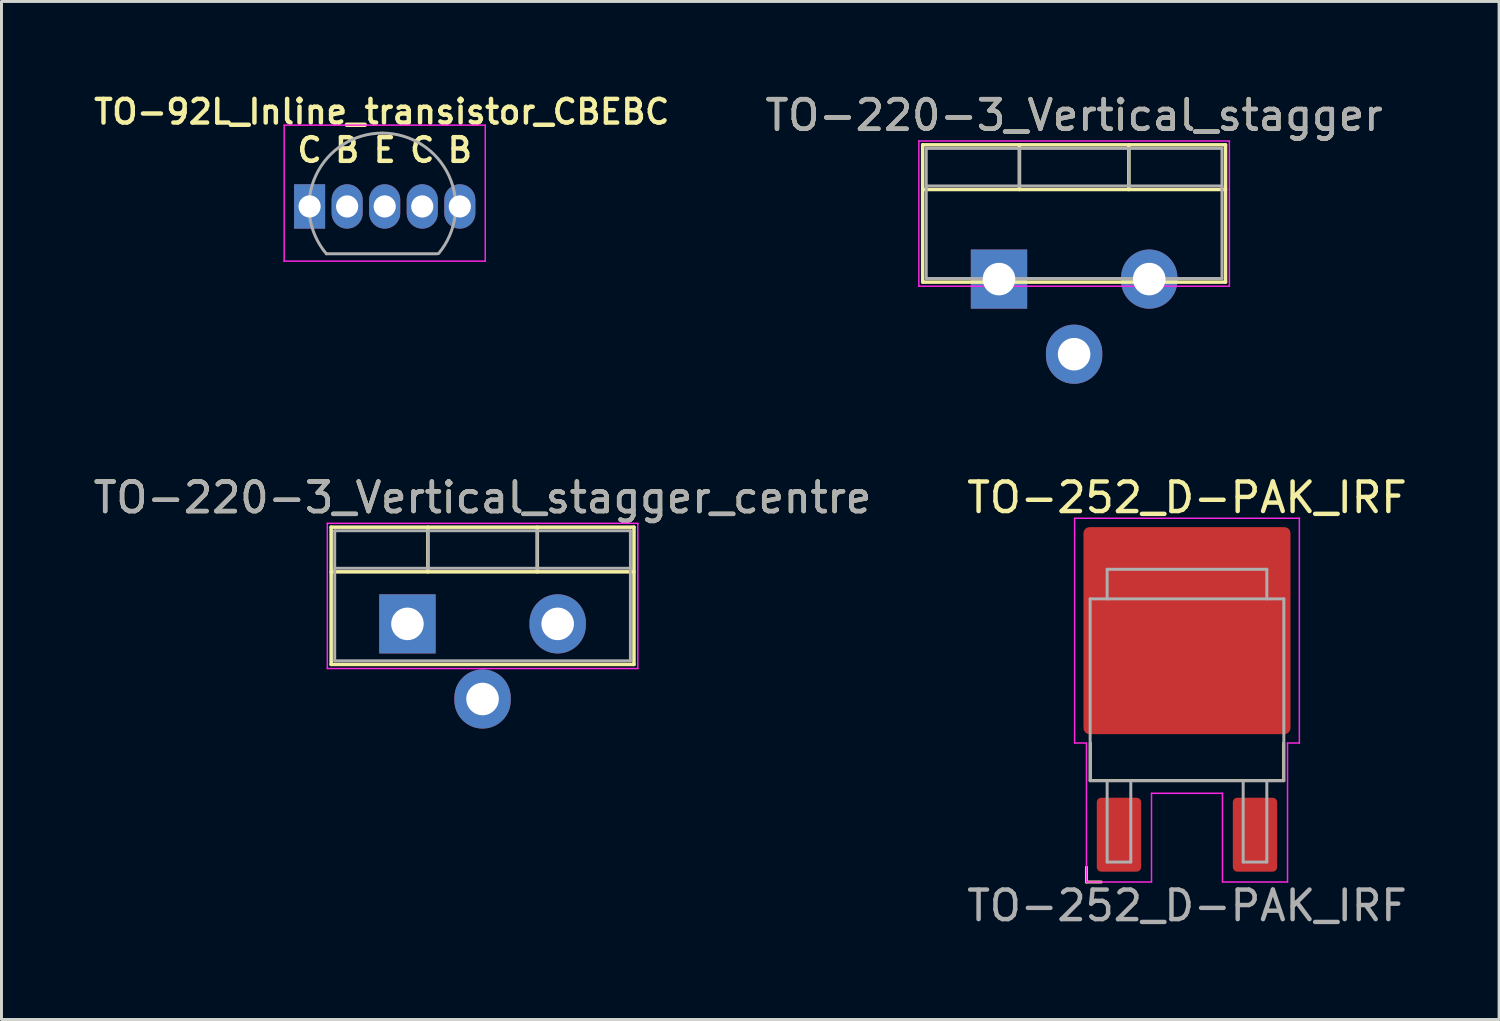
<source format=kicad_pcb>
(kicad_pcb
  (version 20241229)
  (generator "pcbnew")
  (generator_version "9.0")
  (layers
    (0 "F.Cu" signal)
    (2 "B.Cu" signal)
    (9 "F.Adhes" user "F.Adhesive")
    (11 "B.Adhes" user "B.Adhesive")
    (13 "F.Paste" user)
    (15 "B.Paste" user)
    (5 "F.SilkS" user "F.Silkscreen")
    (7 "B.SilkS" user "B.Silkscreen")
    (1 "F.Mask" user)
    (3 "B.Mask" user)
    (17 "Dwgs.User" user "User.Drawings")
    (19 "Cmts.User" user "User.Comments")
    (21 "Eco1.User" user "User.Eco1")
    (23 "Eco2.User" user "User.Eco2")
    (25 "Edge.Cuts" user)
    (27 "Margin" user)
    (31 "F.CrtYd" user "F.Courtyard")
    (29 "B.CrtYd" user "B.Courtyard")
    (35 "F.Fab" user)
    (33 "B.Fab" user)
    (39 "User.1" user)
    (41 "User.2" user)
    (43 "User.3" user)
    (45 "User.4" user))
  (footprint "TO-220-3_Vertical_stagger"
    (layer "F.Cu")
    (at 33.272 5.118)
    (property "Reference" "TO-220-3_Vertical_stagger" (at 0 -4.27 0) (layer "F.SilkS") (effects (font (size 1 1) (thickness 0.15))))
    (attr through_hole)
    (fp_line (start -5.12 -3.27) (end -5.12 1.371) (stroke (width 0.12) (type solid)) (layer "F.SilkS"))
    (fp_line (start -5.12 -3.27) (end 5.12 -3.27) (stroke (width 0.12) (type solid)) (layer "F.SilkS"))
    (fp_line (start -5.12 -1.76) (end 5.12 -1.76) (stroke (width 0.12) (type solid)) (layer "F.SilkS"))
    (fp_line (start -5.12 1.371) (end 5.12 1.371) (stroke (width 0.12) (type solid)) (layer "F.SilkS"))
    (fp_line (start -1.85 -3.27) (end -1.85 -1.76) (stroke (width 0.12) (type solid)) (layer "F.SilkS"))
    (fp_line (start 1.851 -3.27) (end 1.851 -1.76) (stroke (width 0.12) (type solid)) (layer "F.SilkS"))
    (fp_line (start 5.12 -3.27) (end 5.12 1.371) (stroke (width 0.12) (type solid)) (layer "F.SilkS"))
    (fp_line (start -5.25 -3.4) (end -5.25 1.51) (stroke (width 0.05) (type solid)) (layer "F.CrtYd"))
    (fp_line (start -5.25 1.51) (end 5.25 1.51) (stroke (width 0.05) (type solid)) (layer "F.CrtYd"))
    (fp_line (start 5.25 -3.4) (end -5.25 -3.4) (stroke (width 0.05) (type solid)) (layer "F.CrtYd"))
    (fp_line (start 5.25 1.51) (end 5.25 -3.4) (stroke (width 0.05) (type solid)) (layer "F.CrtYd"))
    (fp_line (start -5 -3.15) (end -5 1.25) (stroke (width 0.1) (type solid)) (layer "F.Fab"))
    (fp_line (start -5 -1.88) (end 5 -1.88) (stroke (width 0.1) (type solid)) (layer "F.Fab"))
    (fp_line (start -5 1.25) (end 5 1.25) (stroke (width 0.1) (type solid)) (layer "F.Fab"))
    (fp_line (start -1.85 -3.15) (end -1.85 -1.88) (stroke (width 0.1) (type solid)) (layer "F.Fab"))
    (fp_line (start 1.85 -3.15) (end 1.85 -1.88) (stroke (width 0.1) (type solid)) (layer "F.Fab"))
    (fp_line (start 5 -3.15) (end -5 -3.15) (stroke (width 0.1) (type solid)) (layer "F.Fab"))
    (fp_line (start 5 1.25) (end 5 -3.15) (stroke (width 0.1) (type solid)) (layer "F.Fab"))
    (fp_text user "${REFERENCE}" (at 0 -4.27 0) (layer "F.Fab") (effects (font (size 1 1) (thickness 0.15))))
    (pad "1" thru_hole rect (at -2.54 1.27) (size 1.905 2) (drill 1.1) (layers "*.Cu" "*.Mask"))
    (pad "2" thru_hole oval (at 0 3.81) (size 1.905 2) (drill 1.1) (layers "*.Cu" "*.Mask"))
    (pad "3" thru_hole oval (at 2.54 1.27) (size 1.905 2) (drill 1.1) (layers "*.Cu" "*.Mask")))
  (footprint "TO-92L_Inline_transistor_CBEBC"
    (layer "F.Cu")
    (at 9.959 3.931)
    (property "Reference" "TO-92L_Inline_transistor_CBEBC" (at -0.1 -3.2 0) (layer "F.SilkS") (effects (font (size 0.8 0.8) (thickness 0.15))))
    (attr through_hole)
    (fp_line (start -3.4 -2.75) (end -3.4 1.85) (stroke (width 0.05) (type solid)) (layer "F.CrtYd"))
    (fp_line (start -3.4 -2.75) (end 3.4 -2.75) (stroke (width 0.05) (type solid)) (layer "F.CrtYd"))
    (fp_line (start 3.4 1.85) (end -3.4 1.85) (stroke (width 0.05) (type solid)) (layer "F.CrtYd"))
    (fp_line (start 3.4 1.85) (end 3.4 -2.75) (stroke (width 0.05) (type solid)) (layer "F.CrtYd"))
    (fp_line (start -1.97 1.6) (end 1.78 1.6) (stroke (width 0.1) (type solid)) (layer "F.Fab"))
    (fp_arc (start -1.972818 1.602385) (mid -2.329924 -1.043188) (end -0.08 -2.48) (stroke (width 0.1) (type solid)) (layer "F.Fab"))
    (fp_arc (start -0.08 -2.48) (mid 2.167211 -1.049019) (end 1.821103 1.592547) (stroke (width 0.1) (type solid)) (layer "F.Fab"))
    (fp_text user "E" (at 0 -1.905 0) (unlocked yes) (layer "F.SilkS") (effects (font (size 0.8 0.8) (thickness 0.15) (bold yes))))
    (fp_text user "C" (at 1.27 -1.905 0) (unlocked yes) (layer "F.SilkS") (effects (font (size 0.8 0.8) (thickness 0.15) (bold yes))))
    (fp_text user "C" (at -2.54 -1.905 0) (unlocked yes) (layer "F.SilkS") (effects (font (size 0.8 0.8) (thickness 0.15) (bold yes))))
    (fp_text user "B" (at -1.27 -1.905 0) (unlocked yes) (layer "F.SilkS") (effects (font (size 0.8 0.8) (thickness 0.15) (bold yes))))
    (fp_text user "B" (at 2.54 -1.905 0) (unlocked yes) (layer "F.SilkS") (effects (font (size 0.8 0.8) (thickness 0.15) (bold yes))))
    (pad "1" thru_hole rect (at -2.54 0) (size 1.05 1.5) (drill 0.75) (layers "*.Cu" "*.Mask"))
    (pad "1" thru_hole oval (at 1.27 0) (size 1.05 1.5) (drill 0.75) (layers "*.Cu" "*.Mask"))
    (pad "2" thru_hole oval (at -1.27 0) (size 1.05 1.5) (drill 0.75) (layers "*.Cu" "*.Mask"))
    (pad "2" thru_hole oval (at 2.54 0) (size 1.05 1.5) (drill 0.75) (layers "*.Cu" "*.Mask"))
    (pad "3" thru_hole oval (at 0 0) (size 1.05 1.5) (drill 0.75) (layers "*.Cu" "*.Mask")))
  (footprint "TO-252_D-PAK_IRF"
    (layer "F.Cu")
    (at 37.089 18.276)
    (property "Reference" "TO-252_D-PAK_IRF" (at 0 -4.5 0) (unlocked yes) (layer "F.SilkS") (effects (font (size 1 1) (thickness 0.15))))
    (attr smd)
    (fp_line (start -3.4 8) (end -3.4 8.5) (stroke (width 0.1) (type default)) (layer "F.SilkS"))
    (fp_line (start -3.4 8.5) (end -2.9 8.5) (stroke (width 0.1) (type default)) (layer "F.SilkS"))
    (fp_line (start -3.27 5.07) (end -3.27 3.8) (stroke (width 0.1) (type default)) (layer "F.SilkS"))
    (fp_line (start 3.27 5.07) (end -3.27 5.07) (stroke (width 0.1) (type default)) (layer "F.SilkS"))
    (fp_line (start 3.27 5.07) (end 3.27 3.8) (stroke (width 0.1) (type default)) (layer "F.SilkS"))
    (fp_line (start -3.8 -3.8) (end -3.8 3.8) (stroke (width 0.05) (type default)) (layer "F.CrtYd"))
    (fp_line (start -3.8 3.8) (end -3.4 3.8) (stroke (width 0.05) (type default)) (layer "F.CrtYd"))
    (fp_line (start -3.4 3.8) (end -3.4 8.5) (stroke (width 0.05) (type default)) (layer "F.CrtYd"))
    (fp_line (start -3.4 8.5) (end -1.2 8.5) (stroke (width 0.05) (type default)) (layer "F.CrtYd"))
    (fp_line (start -1.2 5.5) (end 1.2 5.5) (stroke (width 0.05) (type default)) (layer "F.CrtYd"))
    (fp_line (start -1.2 8.5) (end -1.2 5.5) (stroke (width 0.05) (type default)) (layer "F.CrtYd"))
    (fp_line (start 1.2 5.5) (end 1.2 8.5) (stroke (width 0.05) (type default)) (layer "F.CrtYd"))
    (fp_line (start 1.2 8.5) (end 3.4 8.5) (stroke (width 0.05) (type default)) (layer "F.CrtYd"))
    (fp_line (start 3.4 3.8) (end 3.8 3.8) (stroke (width 0.05) (type default)) (layer "F.CrtYd"))
    (fp_line (start 3.4 8.5) (end 3.4 3.8) (stroke (width 0.05) (type default)) (layer "F.CrtYd"))
    (fp_line (start 3.8 -3.8) (end -3.8 -3.8) (stroke (width 0.05) (type default)) (layer "F.CrtYd"))
    (fp_line (start 3.8 3.8) (end 3.8 -3.8) (stroke (width 0.05) (type default)) (layer "F.CrtYd"))
    (fp_line (start -3.275 -1.075) (end -3.275 5.075) (stroke (width 0.1) (type default)) (layer "F.Fab"))
    (fp_line (start -3.275 5.075) (end 3.275 5.075) (stroke (width 0.1) (type default)) (layer "F.Fab"))
    (fp_line (start -2.7 -2.075) (end 2.7 -2.075) (stroke (width 0.1) (type default)) (layer "F.Fab"))
    (fp_line (start -2.7 -1.075) (end -2.7 -2.075) (stroke (width 0.1) (type default)) (layer "F.Fab"))
    (fp_line (start -2.7 5.075) (end -2.7 7.825) (stroke (width 0.1) (type default)) (layer "F.Fab"))
    (fp_line (start -2.7 7.825) (end -1.9 7.825) (stroke (width 0.1) (type default)) (layer "F.Fab"))
    (fp_line (start -1.9 7.825) (end -1.9 5.075) (stroke (width 0.1) (type default)) (layer "F.Fab"))
    (fp_line (start 1.9 5.075) (end 1.9 7.825) (stroke (width 0.1) (type default)) (layer "F.Fab"))
    (fp_line (start 1.9 7.825) (end 2.7 7.825) (stroke (width 0.1) (type default)) (layer "F.Fab"))
    (fp_line (start 2.7 -2.075) (end 2.7 -1.075) (stroke (width 0.1) (type default)) (layer "F.Fab"))
    (fp_line (start 2.7 7.825) (end 2.7 5.075) (stroke (width 0.1) (type default)) (layer "F.Fab"))
    (fp_line (start 3.275 -1.075) (end -3.275 -1.075) (stroke (width 0.1) (type default)) (layer "F.Fab"))
    (fp_line (start 3.275 5.075) (end 3.275 -1.075) (stroke (width 0.1) (type default)) (layer "F.Fab"))
    (fp_text user "${REFERENCE}" (at 0 9.3 0) (unlocked yes) (layer "F.Fab") (effects (font (size 1 1) (thickness 0.15))))
    (pad "1" smd roundrect (at -2.3 6.9) (size 1.5 2.5) (layers "F.Cu" "F.Mask" "F.Paste") (roundrect_rratio 0.1))
    (pad "2" smd roundrect (at 0 0) (size 7 7) (layers "F.Cu" "F.Mask" "F.Paste") (roundrect_rratio 0.029))
    (pad "3" smd roundrect (at 2.3 6.9) (size 1.5 2.5) (layers "F.Cu" "F.Mask" "F.Paste") (roundrect_rratio 0.1)))
  (footprint "TO-220-3_Vertical_stagger_centre"
    (layer "F.Cu")
    (at 13.268 18.047)
    (property "Reference" "TO-220-3_Vertical_stagger_centre" (at 0 -4.27 0) (layer "F.SilkS") (effects (font (size 1 1) (thickness 0.15))))
    (attr through_hole)
    (fp_line (start -5.12 -3.27) (end -5.12 1.371) (stroke (width 0.12) (type solid)) (layer "F.SilkS"))
    (fp_line (start -5.12 -3.27) (end 5.12 -3.27) (stroke (width 0.12) (type solid)) (layer "F.SilkS"))
    (fp_line (start -5.12 -1.76) (end 5.12 -1.76) (stroke (width 0.12) (type solid)) (layer "F.SilkS"))
    (fp_line (start -5.12 1.371) (end 5.12 1.371) (stroke (width 0.12) (type solid)) (layer "F.SilkS"))
    (fp_line (start -1.85 -3.27) (end -1.85 -1.76) (stroke (width 0.12) (type solid)) (layer "F.SilkS"))
    (fp_line (start 1.851 -3.27) (end 1.851 -1.76) (stroke (width 0.12) (type solid)) (layer "F.SilkS"))
    (fp_line (start 5.12 -3.27) (end 5.12 1.371) (stroke (width 0.12) (type solid)) (layer "F.SilkS"))
    (fp_line (start -5.25 -3.4) (end -5.25 1.51) (stroke (width 0.05) (type solid)) (layer "F.CrtYd"))
    (fp_line (start -5.25 1.51) (end 5.25 1.51) (stroke (width 0.05) (type solid)) (layer "F.CrtYd"))
    (fp_line (start 5.25 -3.4) (end -5.25 -3.4) (stroke (width 0.05) (type solid)) (layer "F.CrtYd"))
    (fp_line (start 5.25 1.51) (end 5.25 -3.4) (stroke (width 0.05) (type solid)) (layer "F.CrtYd"))
    (fp_line (start -5 -3.15) (end -5 1.25) (stroke (width 0.1) (type solid)) (layer "F.Fab"))
    (fp_line (start -5 -1.88) (end 5 -1.88) (stroke (width 0.1) (type solid)) (layer "F.Fab"))
    (fp_line (start -5 1.25) (end 5 1.25) (stroke (width 0.1) (type solid)) (layer "F.Fab"))
    (fp_line (start -1.85 -3.15) (end -1.85 -1.88) (stroke (width 0.1) (type solid)) (layer "F.Fab"))
    (fp_line (start 1.85 -3.15) (end 1.85 -1.88) (stroke (width 0.1) (type solid)) (layer "F.Fab"))
    (fp_line (start 5 -3.15) (end -5 -3.15) (stroke (width 0.1) (type solid)) (layer "F.Fab"))
    (fp_line (start 5 1.25) (end 5 -3.15) (stroke (width 0.1) (type solid)) (layer "F.Fab"))
    (fp_text user "${REFERENCE}" (at 0 -4.27 0) (layer "F.Fab") (effects (font (size 1 1) (thickness 0.15))))
    (pad "1" thru_hole rect (at -2.54 0) (size 1.905 2) (drill 1.1) (layers "*.Cu" "*.Mask"))
    (pad "2" thru_hole oval (at 0 2.54) (size 1.905 2) (drill 1.1) (layers "*.Cu" "*.Mask"))
    (pad "3" thru_hole oval (at 2.54 0) (size 1.905 2) (drill 1.1) (layers "*.Cu" "*.Mask")))
  (gr_rect
    (start -3 -3)
    (end 47.643 31.425)
    (stroke (width 0.1) (type default))
    (fill no)
    (layer "Edge.Cuts")))
</source>
